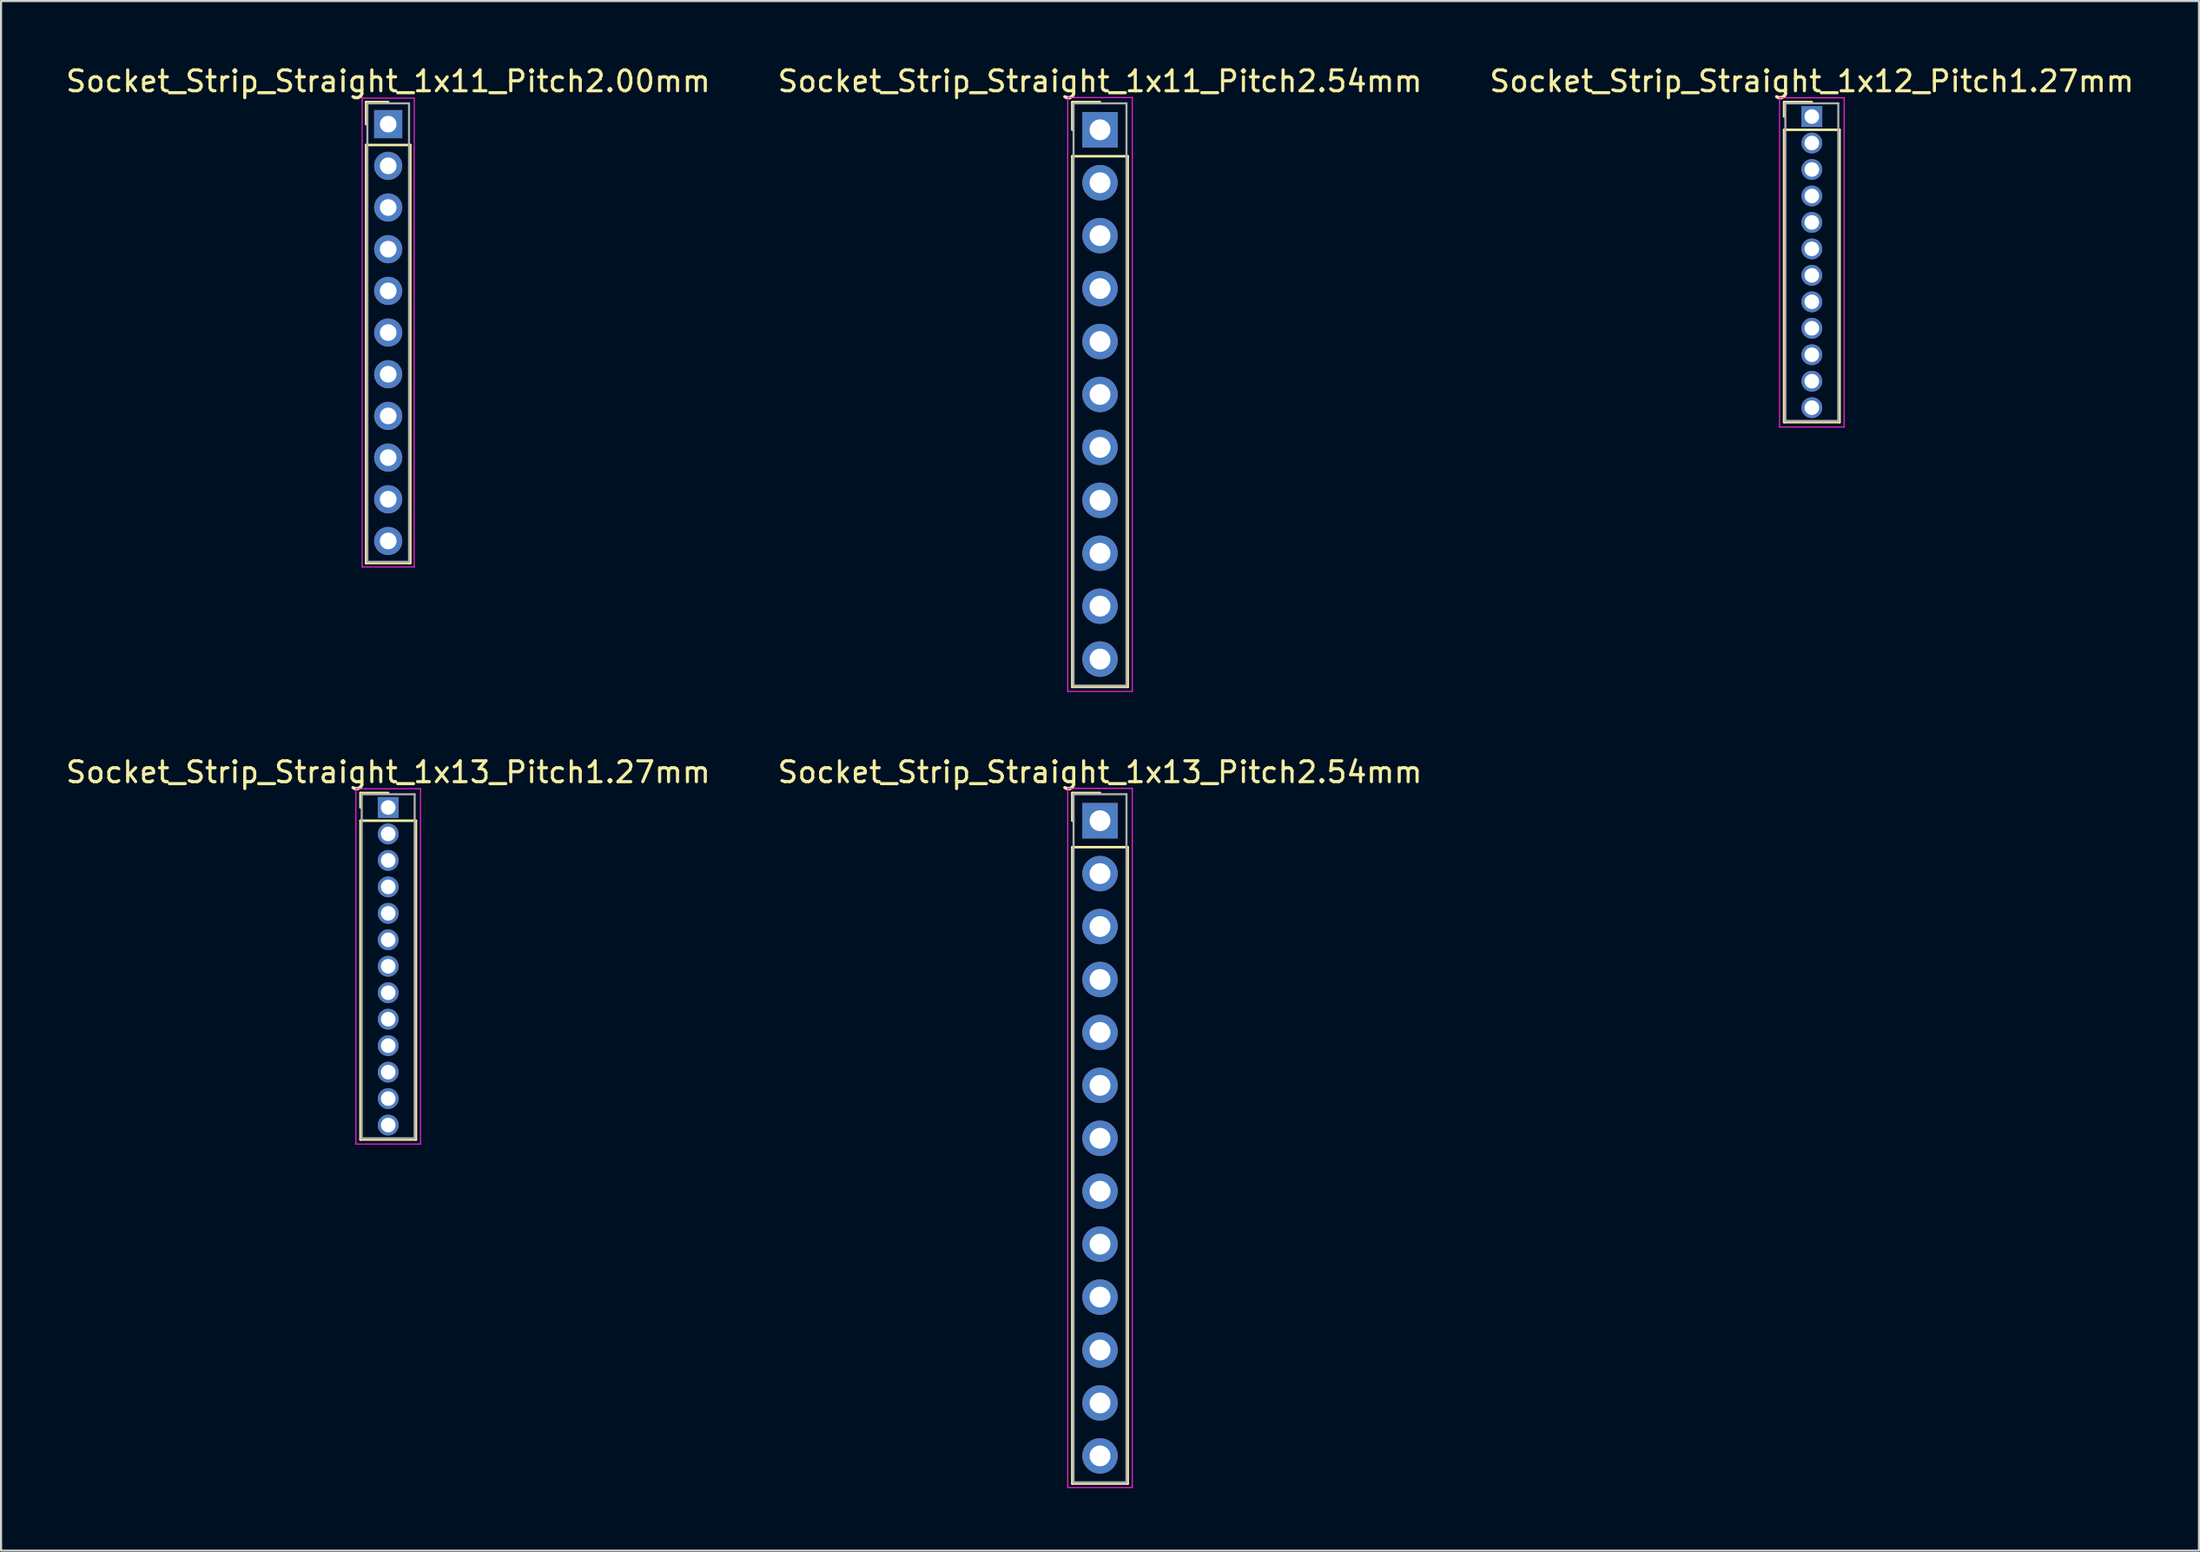
<source format=kicad_pcb>
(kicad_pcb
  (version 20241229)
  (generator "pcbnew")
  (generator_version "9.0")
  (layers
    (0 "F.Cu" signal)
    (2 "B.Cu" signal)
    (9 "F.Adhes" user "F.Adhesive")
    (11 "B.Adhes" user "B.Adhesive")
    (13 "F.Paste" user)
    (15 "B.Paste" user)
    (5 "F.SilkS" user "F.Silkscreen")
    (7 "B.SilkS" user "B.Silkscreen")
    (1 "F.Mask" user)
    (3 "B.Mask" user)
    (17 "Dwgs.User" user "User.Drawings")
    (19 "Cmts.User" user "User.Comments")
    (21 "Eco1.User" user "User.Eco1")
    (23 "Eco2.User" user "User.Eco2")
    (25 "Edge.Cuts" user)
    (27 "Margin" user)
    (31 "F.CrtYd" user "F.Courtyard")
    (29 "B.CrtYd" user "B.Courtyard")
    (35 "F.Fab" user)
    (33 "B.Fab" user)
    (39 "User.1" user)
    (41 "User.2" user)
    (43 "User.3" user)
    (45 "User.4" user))
  (footprint "Socket_Strip_Straight_1x11_Pitch2.54mm"
    (layer "F.Cu")
    (at 49.732 3.178)
    (property "Reference" "Socket_Strip_Straight_1x11_Pitch2.54mm" (at 0 -2.33 0) (layer "F.SilkS") (effects (font (size 1 1) (thickness 0.15))))
    (attr through_hole)
    (fp_line (start -1.33 -1.33) (end 0 -1.33) (stroke (width 0.12) (type solid)) (layer "F.SilkS"))
    (fp_line (start -1.33 0) (end -1.33 -1.33) (stroke (width 0.12) (type solid)) (layer "F.SilkS"))
    (fp_line (start -1.33 1.27) (end -1.33 26.73) (stroke (width 0.12) (type solid)) (layer "F.SilkS"))
    (fp_line (start -1.33 26.73) (end 1.33 26.73) (stroke (width 0.12) (type solid)) (layer "F.SilkS"))
    (fp_line (start 1.33 1.27) (end -1.33 1.27) (stroke (width 0.12) (type solid)) (layer "F.SilkS"))
    (fp_line (start 1.33 26.73) (end 1.33 1.27) (stroke (width 0.12) (type solid)) (layer "F.SilkS"))
    (fp_line (start -1.55 -1.55) (end -1.55 26.95) (stroke (width 0.05) (type solid)) (layer "F.CrtYd"))
    (fp_line (start -1.55 26.95) (end 1.55 26.95) (stroke (width 0.05) (type solid)) (layer "F.CrtYd"))
    (fp_line (start 1.55 -1.55) (end -1.55 -1.55) (stroke (width 0.05) (type solid)) (layer "F.CrtYd"))
    (fp_line (start 1.55 26.95) (end 1.55 -1.55) (stroke (width 0.05) (type solid)) (layer "F.CrtYd"))
    (fp_line (start -1.27 -1.27) (end -1.27 26.67) (stroke (width 0.1) (type solid)) (layer "F.Fab"))
    (fp_line (start -1.27 26.67) (end 1.27 26.67) (stroke (width 0.1) (type solid)) (layer "F.Fab"))
    (fp_line (start 1.27 -1.27) (end -1.27 -1.27) (stroke (width 0.1) (type solid)) (layer "F.Fab"))
    (fp_line (start 1.27 26.67) (end 1.27 -1.27) (stroke (width 0.1) (type solid)) (layer "F.Fab"))
    (pad "1" thru_hole rect (at 0 0) (size 1.7 1.7) (drill 1) (layers "*.Cu" "*.Mask"))
    (pad "2" thru_hole oval (at 0 2.54) (size 1.7 1.7) (drill 1) (layers "*.Cu" "*.Mask"))
    (pad "3" thru_hole oval (at 0 5.08) (size 1.7 1.7) (drill 1) (layers "*.Cu" "*.Mask"))
    (pad "4" thru_hole oval (at 0 7.62) (size 1.7 1.7) (drill 1) (layers "*.Cu" "*.Mask"))
    (pad "5" thru_hole oval (at 0 10.16) (size 1.7 1.7) (drill 1) (layers "*.Cu" "*.Mask"))
    (pad "6" thru_hole oval (at 0 12.7) (size 1.7 1.7) (drill 1) (layers "*.Cu" "*.Mask"))
    (pad "7" thru_hole oval (at 0 15.24) (size 1.7 1.7) (drill 1) (layers "*.Cu" "*.Mask"))
    (pad "8" thru_hole oval (at 0 17.78) (size 1.7 1.7) (drill 1) (layers "*.Cu" "*.Mask"))
    (pad "9" thru_hole oval (at 0 20.32) (size 1.7 1.7) (drill 1) (layers "*.Cu" "*.Mask"))
    (pad "10" thru_hole oval (at 0 22.86) (size 1.7 1.7) (drill 1) (layers "*.Cu" "*.Mask"))
    (pad "11" thru_hole oval (at 0 25.4) (size 1.7 1.7) (drill 1) (layers "*.Cu" "*.Mask")))
  (footprint "Socket_Strip_Straight_1x12_Pitch1.27mm"
    (layer "F.Cu")
    (at 83.887 2.543)
    (property "Reference" "Socket_Strip_Straight_1x12_Pitch1.27mm" (at 0 -1.695 0) (layer "F.SilkS") (effects (font (size 1 1) (thickness 0.15))))
    (attr through_hole)
    (fp_line (start -1.33 -0.695) (end 0 -0.695) (stroke (width 0.12) (type solid)) (layer "F.SilkS"))
    (fp_line (start -1.33 0) (end -1.33 -0.695) (stroke (width 0.12) (type solid)) (layer "F.SilkS"))
    (fp_line (start -1.33 0.635) (end -1.33 14.665) (stroke (width 0.12) (type solid)) (layer "F.SilkS"))
    (fp_line (start -1.33 14.665) (end 1.33 14.665) (stroke (width 0.12) (type solid)) (layer "F.SilkS"))
    (fp_line (start 1.33 0.635) (end -1.33 0.635) (stroke (width 0.12) (type solid)) (layer "F.SilkS"))
    (fp_line (start 1.33 14.665) (end 1.33 0.635) (stroke (width 0.12) (type solid)) (layer "F.SilkS"))
    (fp_line (start -1.55 -0.9) (end -1.55 14.9) (stroke (width 0.05) (type solid)) (layer "F.CrtYd"))
    (fp_line (start -1.55 14.9) (end 1.55 14.9) (stroke (width 0.05) (type solid)) (layer "F.CrtYd"))
    (fp_line (start 1.55 -0.9) (end -1.55 -0.9) (stroke (width 0.05) (type solid)) (layer "F.CrtYd"))
    (fp_line (start 1.55 14.9) (end 1.55 -0.9) (stroke (width 0.05) (type solid)) (layer "F.CrtYd"))
    (fp_line (start -1.27 -0.635) (end -1.27 14.605) (stroke (width 0.1) (type solid)) (layer "F.Fab"))
    (fp_line (start -1.27 14.605) (end 1.27 14.605) (stroke (width 0.1) (type solid)) (layer "F.Fab"))
    (fp_line (start 1.27 -0.635) (end -1.27 -0.635) (stroke (width 0.1) (type solid)) (layer "F.Fab"))
    (fp_line (start 1.27 14.605) (end 1.27 -0.635) (stroke (width 0.1) (type solid)) (layer "F.Fab"))
    (pad "1" thru_hole rect (at 0 0) (size 1 1) (drill 0.7) (layers "*.Cu" "*.Mask"))
    (pad "2" thru_hole oval (at 0 1.27) (size 1 1) (drill 0.7) (layers "*.Cu" "*.Mask"))
    (pad "3" thru_hole oval (at 0 2.54) (size 1 1) (drill 0.7) (layers "*.Cu" "*.Mask"))
    (pad "4" thru_hole oval (at 0 3.81) (size 1 1) (drill 0.7) (layers "*.Cu" "*.Mask"))
    (pad "5" thru_hole oval (at 0 5.08) (size 1 1) (drill 0.7) (layers "*.Cu" "*.Mask"))
    (pad "6" thru_hole oval (at 0 6.35) (size 1 1) (drill 0.7) (layers "*.Cu" "*.Mask"))
    (pad "7" thru_hole oval (at 0 7.62) (size 1 1) (drill 0.7) (layers "*.Cu" "*.Mask"))
    (pad "8" thru_hole oval (at 0 8.89) (size 1 1) (drill 0.7) (layers "*.Cu" "*.Mask"))
    (pad "9" thru_hole oval (at 0 10.16) (size 1 1) (drill 0.7) (layers "*.Cu" "*.Mask"))
    (pad "10" thru_hole oval (at 0 11.43) (size 1 1) (drill 0.7) (layers "*.Cu" "*.Mask"))
    (pad "11" thru_hole oval (at 0 12.7) (size 1 1) (drill 0.7) (layers "*.Cu" "*.Mask"))
    (pad "12" thru_hole oval (at 0 13.97) (size 1 1) (drill 0.7) (layers "*.Cu" "*.Mask")))
  (footprint "Socket_Strip_Straight_1x13_Pitch1.27mm"
    (layer "F.Cu")
    (at 15.577 35.697)
    (property "Reference" "Socket_Strip_Straight_1x13_Pitch1.27mm" (at 0 -1.695 0) (layer "F.SilkS") (effects (font (size 1 1) (thickness 0.15))))
    (attr through_hole)
    (fp_line (start -1.33 -0.695) (end 0 -0.695) (stroke (width 0.12) (type solid)) (layer "F.SilkS"))
    (fp_line (start -1.33 0) (end -1.33 -0.695) (stroke (width 0.12) (type solid)) (layer "F.SilkS"))
    (fp_line (start -1.33 0.635) (end -1.33 15.935) (stroke (width 0.12) (type solid)) (layer "F.SilkS"))
    (fp_line (start -1.33 15.935) (end 1.33 15.935) (stroke (width 0.12) (type solid)) (layer "F.SilkS"))
    (fp_line (start 1.33 0.635) (end -1.33 0.635) (stroke (width 0.12) (type solid)) (layer "F.SilkS"))
    (fp_line (start 1.33 15.935) (end 1.33 0.635) (stroke (width 0.12) (type solid)) (layer "F.SilkS"))
    (fp_line (start -1.55 -0.9) (end -1.55 16.15) (stroke (width 0.05) (type solid)) (layer "F.CrtYd"))
    (fp_line (start -1.55 16.15) (end 1.55 16.15) (stroke (width 0.05) (type solid)) (layer "F.CrtYd"))
    (fp_line (start 1.55 -0.9) (end -1.55 -0.9) (stroke (width 0.05) (type solid)) (layer "F.CrtYd"))
    (fp_line (start 1.55 16.15) (end 1.55 -0.9) (stroke (width 0.05) (type solid)) (layer "F.CrtYd"))
    (fp_line (start -1.27 -0.635) (end -1.27 15.875) (stroke (width 0.1) (type solid)) (layer "F.Fab"))
    (fp_line (start -1.27 15.875) (end 1.27 15.875) (stroke (width 0.1) (type solid)) (layer "F.Fab"))
    (fp_line (start 1.27 -0.635) (end -1.27 -0.635) (stroke (width 0.1) (type solid)) (layer "F.Fab"))
    (fp_line (start 1.27 15.875) (end 1.27 -0.635) (stroke (width 0.1) (type solid)) (layer "F.Fab"))
    (pad "1" thru_hole rect (at 0 0) (size 1 1) (drill 0.7) (layers "*.Cu" "*.Mask"))
    (pad "2" thru_hole oval (at 0 1.27) (size 1 1) (drill 0.7) (layers "*.Cu" "*.Mask"))
    (pad "3" thru_hole oval (at 0 2.54) (size 1 1) (drill 0.7) (layers "*.Cu" "*.Mask"))
    (pad "4" thru_hole oval (at 0 3.81) (size 1 1) (drill 0.7) (layers "*.Cu" "*.Mask"))
    (pad "5" thru_hole oval (at 0 5.08) (size 1 1) (drill 0.7) (layers "*.Cu" "*.Mask"))
    (pad "6" thru_hole oval (at 0 6.35) (size 1 1) (drill 0.7) (layers "*.Cu" "*.Mask"))
    (pad "7" thru_hole oval (at 0 7.62) (size 1 1) (drill 0.7) (layers "*.Cu" "*.Mask"))
    (pad "8" thru_hole oval (at 0 8.89) (size 1 1) (drill 0.7) (layers "*.Cu" "*.Mask"))
    (pad "9" thru_hole oval (at 0 10.16) (size 1 1) (drill 0.7) (layers "*.Cu" "*.Mask"))
    (pad "10" thru_hole oval (at 0 11.43) (size 1 1) (drill 0.7) (layers "*.Cu" "*.Mask"))
    (pad "11" thru_hole oval (at 0 12.7) (size 1 1) (drill 0.7) (layers "*.Cu" "*.Mask"))
    (pad "12" thru_hole oval (at 0 13.97) (size 1 1) (drill 0.7) (layers "*.Cu" "*.Mask"))
    (pad "13" thru_hole oval (at 0 15.24) (size 1 1) (drill 0.7) (layers "*.Cu" "*.Mask")))
  (footprint "Socket_Strip_Straight_1x13_Pitch2.54mm"
    (layer "F.Cu")
    (at 49.732 36.331)
    (property "Reference" "Socket_Strip_Straight_1x13_Pitch2.54mm" (at 0 -2.33 0) (layer "F.SilkS") (effects (font (size 1 1) (thickness 0.15))))
    (attr through_hole)
    (fp_line (start -1.33 -1.33) (end 0 -1.33) (stroke (width 0.12) (type solid)) (layer "F.SilkS"))
    (fp_line (start -1.33 0) (end -1.33 -1.33) (stroke (width 0.12) (type solid)) (layer "F.SilkS"))
    (fp_line (start -1.33 1.27) (end -1.33 31.81) (stroke (width 0.12) (type solid)) (layer "F.SilkS"))
    (fp_line (start -1.33 31.81) (end 1.33 31.81) (stroke (width 0.12) (type solid)) (layer "F.SilkS"))
    (fp_line (start 1.33 1.27) (end -1.33 1.27) (stroke (width 0.12) (type solid)) (layer "F.SilkS"))
    (fp_line (start 1.33 31.81) (end 1.33 1.27) (stroke (width 0.12) (type solid)) (layer "F.SilkS"))
    (fp_line (start -1.55 -1.55) (end -1.55 32) (stroke (width 0.05) (type solid)) (layer "F.CrtYd"))
    (fp_line (start -1.55 32) (end 1.55 32) (stroke (width 0.05) (type solid)) (layer "F.CrtYd"))
    (fp_line (start 1.55 -1.55) (end -1.55 -1.55) (stroke (width 0.05) (type solid)) (layer "F.CrtYd"))
    (fp_line (start 1.55 32) (end 1.55 -1.55) (stroke (width 0.05) (type solid)) (layer "F.CrtYd"))
    (fp_line (start -1.27 -1.27) (end -1.27 31.75) (stroke (width 0.1) (type solid)) (layer "F.Fab"))
    (fp_line (start -1.27 31.75) (end 1.27 31.75) (stroke (width 0.1) (type solid)) (layer "F.Fab"))
    (fp_line (start 1.27 -1.27) (end -1.27 -1.27) (stroke (width 0.1) (type solid)) (layer "F.Fab"))
    (fp_line (start 1.27 31.75) (end 1.27 -1.27) (stroke (width 0.1) (type solid)) (layer "F.Fab"))
    (pad "1" thru_hole rect (at 0 0) (size 1.7 1.7) (drill 1) (layers "*.Cu" "*.Mask"))
    (pad "2" thru_hole oval (at 0 2.54) (size 1.7 1.7) (drill 1) (layers "*.Cu" "*.Mask"))
    (pad "3" thru_hole oval (at 0 5.08) (size 1.7 1.7) (drill 1) (layers "*.Cu" "*.Mask"))
    (pad "4" thru_hole oval (at 0 7.62) (size 1.7 1.7) (drill 1) (layers "*.Cu" "*.Mask"))
    (pad "5" thru_hole oval (at 0 10.16) (size 1.7 1.7) (drill 1) (layers "*.Cu" "*.Mask"))
    (pad "6" thru_hole oval (at 0 12.7) (size 1.7 1.7) (drill 1) (layers "*.Cu" "*.Mask"))
    (pad "7" thru_hole oval (at 0 15.24) (size 1.7 1.7) (drill 1) (layers "*.Cu" "*.Mask"))
    (pad "8" thru_hole oval (at 0 17.78) (size 1.7 1.7) (drill 1) (layers "*.Cu" "*.Mask"))
    (pad "9" thru_hole oval (at 0 20.32) (size 1.7 1.7) (drill 1) (layers "*.Cu" "*.Mask"))
    (pad "10" thru_hole oval (at 0 22.86) (size 1.7 1.7) (drill 1) (layers "*.Cu" "*.Mask"))
    (pad "11" thru_hole oval (at 0 25.4) (size 1.7 1.7) (drill 1) (layers "*.Cu" "*.Mask"))
    (pad "12" thru_hole oval (at 0 27.94) (size 1.7 1.7) (drill 1) (layers "*.Cu" "*.Mask"))
    (pad "13" thru_hole oval (at 0 30.48) (size 1.7 1.7) (drill 1) (layers "*.Cu" "*.Mask")))
  (footprint "Socket_Strip_Straight_1x11_Pitch2.00mm"
    (layer "F.Cu")
    (at 15.577 2.908)
    (property "Reference" "Socket_Strip_Straight_1x11_Pitch2.00mm" (at 0 -2.06 0) (layer "F.SilkS") (effects (font (size 1 1) (thickness 0.15))))
    (attr through_hole)
    (fp_line (start -1.06 -1.06) (end 0 -1.06) (stroke (width 0.12) (type solid)) (layer "F.SilkS"))
    (fp_line (start -1.06 0) (end -1.06 -1.06) (stroke (width 0.12) (type solid)) (layer "F.SilkS"))
    (fp_line (start -1.06 1) (end -1.06 21.06) (stroke (width 0.12) (type solid)) (layer "F.SilkS"))
    (fp_line (start -1.06 21.06) (end 1.06 21.06) (stroke (width 0.12) (type solid)) (layer "F.SilkS"))
    (fp_line (start 1.06 1) (end -1.06 1) (stroke (width 0.12) (type solid)) (layer "F.SilkS"))
    (fp_line (start 1.06 21.06) (end 1.06 1) (stroke (width 0.12) (type solid)) (layer "F.SilkS"))
    (fp_line (start -1.25 -1.25) (end -1.25 21.25) (stroke (width 0.05) (type solid)) (layer "F.CrtYd"))
    (fp_line (start -1.25 21.25) (end 1.25 21.25) (stroke (width 0.05) (type solid)) (layer "F.CrtYd"))
    (fp_line (start 1.25 -1.25) (end -1.25 -1.25) (stroke (width 0.05) (type solid)) (layer "F.CrtYd"))
    (fp_line (start 1.25 21.25) (end 1.25 -1.25) (stroke (width 0.05) (type solid)) (layer "F.CrtYd"))
    (fp_line (start -1 -1) (end -1 21) (stroke (width 0.1) (type solid)) (layer "F.Fab"))
    (fp_line (start -1 21) (end 1 21) (stroke (width 0.1) (type solid)) (layer "F.Fab"))
    (fp_line (start 1 -1) (end -1 -1) (stroke (width 0.1) (type solid)) (layer "F.Fab"))
    (fp_line (start 1 21) (end 1 -1) (stroke (width 0.1) (type solid)) (layer "F.Fab"))
    (pad "1" thru_hole rect (at 0 0) (size 1.35 1.35) (drill 0.8) (layers "*.Cu" "*.Mask"))
    (pad "2" thru_hole oval (at 0 2) (size 1.35 1.35) (drill 0.8) (layers "*.Cu" "*.Mask"))
    (pad "3" thru_hole oval (at 0 4) (size 1.35 1.35) (drill 0.8) (layers "*.Cu" "*.Mask"))
    (pad "4" thru_hole oval (at 0 6) (size 1.35 1.35) (drill 0.8) (layers "*.Cu" "*.Mask"))
    (pad "5" thru_hole oval (at 0 8) (size 1.35 1.35) (drill 0.8) (layers "*.Cu" "*.Mask"))
    (pad "6" thru_hole oval (at 0 10) (size 1.35 1.35) (drill 0.8) (layers "*.Cu" "*.Mask"))
    (pad "7" thru_hole oval (at 0 12) (size 1.35 1.35) (drill 0.8) (layers "*.Cu" "*.Mask"))
    (pad "8" thru_hole oval (at 0 14) (size 1.35 1.35) (drill 0.8) (layers "*.Cu" "*.Mask"))
    (pad "9" thru_hole oval (at 0 16) (size 1.35 1.35) (drill 0.8) (layers "*.Cu" "*.Mask"))
    (pad "10" thru_hole oval (at 0 18) (size 1.35 1.35) (drill 0.8) (layers "*.Cu" "*.Mask"))
    (pad "11" thru_hole oval (at 0 20) (size 1.35 1.35) (drill 0.8) (layers "*.Cu" "*.Mask")))
  (gr_rect
    (start -3 -3)
    (end 102.464 71.356)
    (stroke (width 0.1) (type default))
    (fill no)
    (layer "Edge.Cuts")))
</source>
